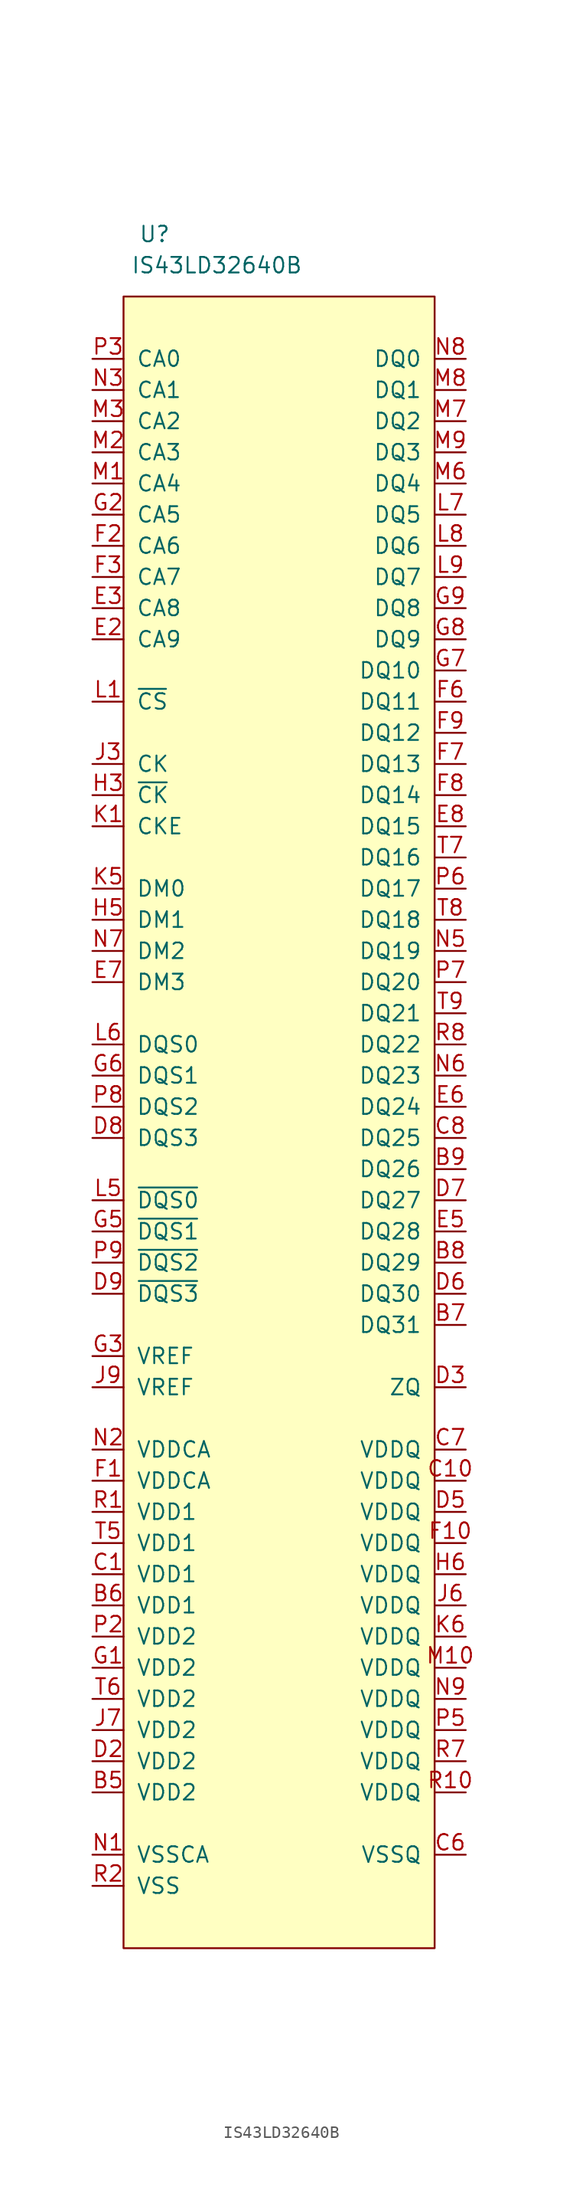
<source format=kicad_sym>
(kicad_symbol_lib
  (version 20231120)
  (generator "kicad_symbol_editor")
  (generator_version "8.0")
  (symbol "IS43LD32640B"
    (pin_names
      (offset 1.016))
    (property "Reference" "U"
      (at -10.16 25.4 0)
      (effects (font (size 1.27 1.27))))
    (property "Value" "IS43LD32640B"
      (at -5.08 22.86 0)
      (effects (font (size 1.27 1.27))))
    (symbol "IS43LD32640B_0_1"
      (rectangle (start -12.7 20.32) (end 12.7 -114.3) (stroke (width 0) (type default)) (fill (type background))))
    (symbol "IS43LD32640B_1_1"
      (pin power_in line (at -15.24 -101.6 0) (length 2.54) (name "VDD2" (effects (font (size 1.27 1.27)))) (number "B5" (effects (font (size 1.27 1.27)))))
      (pin power_in line (at -15.24 -86.36 0) (length 2.54) (name "VDD1" (effects (font (size 1.27 1.27)))) (number "B6" (effects (font (size 1.27 1.27)))))
      (pin bidirectional line (at 15.24 -63.5 180) (length 2.54) (name "DQ31" (effects (font (size 1.27 1.27)))) (number "B7" (effects (font (size 1.27 1.27)))))
      (pin bidirectional line (at 15.24 -58.42 180) (length 2.54) (name "DQ29" (effects (font (size 1.27 1.27)))) (number "B8" (effects (font (size 1.27 1.27)))))
      (pin bidirectional line (at 15.24 -50.8 180) (length 2.54) (name "DQ26" (effects (font (size 1.27 1.27)))) (number "B9" (effects (font (size 1.27 1.27)))))
      (pin power_in line (at -15.24 -83.82 0) (length 2.54) (name "VDD1" (effects (font (size 1.27 1.27)))) (number "C1" (effects (font (size 1.27 1.27)))))
      (pin power_in line (at 15.24 -76.2 180) (length 2.54) (name "VDDQ" (effects (font (size 1.27 1.27)))) (number "C10" (effects (font (size 1.27 1.27)))))
      (pin power_in line (at -15.24 -109.22 0) (length 2.54) hide (name "VSS" (effects (font (size 1.27 1.27)))) (number "C2" (effects (font (size 1.27 1.27)))))
      (pin power_in line (at -15.24 -109.22 0) (length 2.54) hide (name "VSS" (effects (font (size 1.27 1.27)))) (number "C5" (effects (font (size 1.27 1.27)))))
      (pin power_in line (at 15.24 -106.68 180) (length 2.54) (name "VSSQ" (effects (font (size 1.27 1.27)))) (number "C6" (effects (font (size 1.27 1.27)))))
      (pin power_in line (at 15.24 -73.66 180) (length 2.54) (name "VDDQ" (effects (font (size 1.27 1.27)))) (number "C7" (effects (font (size 1.27 1.27)))))
      (pin bidirectional line (at 15.24 -48.26 180) (length 2.54) (name "DQ25" (effects (font (size 1.27 1.27)))) (number "C8" (effects (font (size 1.27 1.27)))))
      (pin power_in line (at 15.24 -106.68 180) (length 2.54) hide (name "VSSQ" (effects (font (size 1.27 1.27)))) (number "C9" (effects (font (size 1.27 1.27)))))
      (pin power_in line (at -15.24 -109.22 0) (length 2.54) hide (name "VSS" (effects (font (size 1.27 1.27)))) (number "D1" (effects (font (size 1.27 1.27)))))
      (pin power_in line (at 15.24 -106.68 180) (length 2.54) hide (name "VSSQ" (effects (font (size 1.27 1.27)))) (number "D10" (effects (font (size 1.27 1.27)))))
      (pin power_in line (at -15.24 -99.06 0) (length 2.54) (name "VDD2" (effects (font (size 1.27 1.27)))) (number "D2" (effects (font (size 1.27 1.27)))))
      (pin power_in line (at 15.24 -68.58 180) (length 2.54) (name "ZQ" (effects (font (size 1.27 1.27)))) (number "D3" (effects (font (size 1.27 1.27)))))
      (pin power_in line (at 15.24 -78.74 180) (length 2.54) (name "VDDQ" (effects (font (size 1.27 1.27)))) (number "D5" (effects (font (size 1.27 1.27)))))
      (pin bidirectional line (at 15.24 -60.96 180) (length 2.54) (name "DQ30" (effects (font (size 1.27 1.27)))) (number "D6" (effects (font (size 1.27 1.27)))))
      (pin bidirectional line (at 15.24 -53.34 180) (length 2.54) (name "DQ27" (effects (font (size 1.27 1.27)))) (number "D7" (effects (font (size 1.27 1.27)))))
      (pin input line (at -15.24 -48.26 0) (length 2.54) (name "DQS3" (effects (font (size 1.27 1.27)))) (number "D8" (effects (font (size 1.27 1.27)))))
      (pin input line (at -15.24 -60.96 0) (length 2.54) (name "~{DQS3}" (effects (font (size 1.27 1.27)))) (number "D9" (effects (font (size 1.27 1.27)))))
      (pin power_in line (at -15.24 -106.68 0) (length 2.54) hide (name "VSSCA" (effects (font (size 1.27 1.27)))) (number "E1" (effects (font (size 1.27 1.27)))))
      (pin input line (at -15.24 -7.62 0) (length 2.54) (name "CA9" (effects (font (size 1.27 1.27)))) (number "E2" (effects (font (size 1.27 1.27)))))
      (pin input line (at -15.24 -5.08 0) (length 2.54) (name "CA8" (effects (font (size 1.27 1.27)))) (number "E3" (effects (font (size 1.27 1.27)))))
      (pin bidirectional line (at 15.24 -55.88 180) (length 2.54) (name "DQ28" (effects (font (size 1.27 1.27)))) (number "E5" (effects (font (size 1.27 1.27)))))
      (pin bidirectional line (at 15.24 -45.72 180) (length 2.54) (name "DQ24" (effects (font (size 1.27 1.27)))) (number "E6" (effects (font (size 1.27 1.27)))))
      (pin input line (at -15.24 -35.56 0) (length 2.54) (name "DM3" (effects (font (size 1.27 1.27)))) (number "E7" (effects (font (size 1.27 1.27)))))
      (pin bidirectional line (at 15.24 -22.86 180) (length 2.54) (name "DQ15" (effects (font (size 1.27 1.27)))) (number "E8" (effects (font (size 1.27 1.27)))))
      (pin power_in line (at -15.24 -76.2 0) (length 2.54) (name "VDDCA" (effects (font (size 1.27 1.27)))) (number "F1" (effects (font (size 1.27 1.27)))))
      (pin power_in line (at 15.24 -81.28 180) (length 2.54) (name "VDDQ" (effects (font (size 1.27 1.27)))) (number "F10" (effects (font (size 1.27 1.27)))))
      (pin input line (at -15.24 0 0) (length 2.54) (name "CA6" (effects (font (size 1.27 1.27)))) (number "F2" (effects (font (size 1.27 1.27)))))
      (pin input line (at -15.24 -2.54 0) (length 2.54) (name "CA7" (effects (font (size 1.27 1.27)))) (number "F3" (effects (font (size 1.27 1.27)))))
      (pin power_in line (at 15.24 -106.68 180) (length 2.54) hide (name "VSSQ" (effects (font (size 1.27 1.27)))) (number "F5" (effects (font (size 1.27 1.27)))))
      (pin bidirectional line (at 15.24 -12.7 180) (length 2.54) (name "DQ11" (effects (font (size 1.27 1.27)))) (number "F6" (effects (font (size 1.27 1.27)))))
      (pin bidirectional line (at 15.24 -17.78 180) (length 2.54) (name "DQ13" (effects (font (size 1.27 1.27)))) (number "F7" (effects (font (size 1.27 1.27)))))
      (pin bidirectional line (at 15.24 -20.32 180) (length 2.54) (name "DQ14" (effects (font (size 1.27 1.27)))) (number "F8" (effects (font (size 1.27 1.27)))))
      (pin bidirectional line (at 15.24 -15.24 180) (length 2.54) (name "DQ12" (effects (font (size 1.27 1.27)))) (number "F9" (effects (font (size 1.27 1.27)))))
      (pin power_in line (at -15.24 -91.44 0) (length 2.54) (name "VDD2" (effects (font (size 1.27 1.27)))) (number "G1" (effects (font (size 1.27 1.27)))))
      (pin power_in line (at 15.24 -106.68 180) (length 2.54) hide (name "VSSQ" (effects (font (size 1.27 1.27)))) (number "G10" (effects (font (size 1.27 1.27)))))
      (pin input line (at -15.24 2.54 0) (length 2.54) (name "CA5" (effects (font (size 1.27 1.27)))) (number "G2" (effects (font (size 1.27 1.27)))))
      (pin power_in line (at -15.24 -66.04 0) (length 2.54) (name "VREF" (effects (font (size 1.27 1.27)))) (number "G3" (effects (font (size 1.27 1.27)))))
      (pin input line (at -15.24 -55.88 0) (length 2.54) (name "~{DQS1}" (effects (font (size 1.27 1.27)))) (number "G5" (effects (font (size 1.27 1.27)))))
      (pin input line (at -15.24 -43.18 0) (length 2.54) (name "DQS1" (effects (font (size 1.27 1.27)))) (number "G6" (effects (font (size 1.27 1.27)))))
      (pin bidirectional line (at 15.24 -10.16 180) (length 2.54) (name "DQ10" (effects (font (size 1.27 1.27)))) (number "G7" (effects (font (size 1.27 1.27)))))
      (pin bidirectional line (at 15.24 -7.62 180) (length 2.54) (name "DQ9" (effects (font (size 1.27 1.27)))) (number "G8" (effects (font (size 1.27 1.27)))))
      (pin bidirectional line (at 15.24 -5.08 180) (length 2.54) (name "DQ8" (effects (font (size 1.27 1.27)))) (number "G9" (effects (font (size 1.27 1.27)))))
      (pin power_in line (at -15.24 -109.22 0) (length 2.54) hide (name "VSS" (effects (font (size 1.27 1.27)))) (number "H2" (effects (font (size 1.27 1.27)))))
      (pin input line (at -15.24 -20.32 0) (length 2.54) (name "~{CK}" (effects (font (size 1.27 1.27)))) (number "H3" (effects (font (size 1.27 1.27)))))
      (pin input line (at -15.24 -30.48 0) (length 2.54) (name "DM1" (effects (font (size 1.27 1.27)))) (number "H5" (effects (font (size 1.27 1.27)))))
      (pin power_in line (at 15.24 -83.82 180) (length 2.54) (name "VDDQ" (effects (font (size 1.27 1.27)))) (number "H6" (effects (font (size 1.27 1.27)))))
      (pin power_in line (at -15.24 -106.68 0) (length 2.54) hide (name "VSSCA" (effects (font (size 1.27 1.27)))) (number "J1" (effects (font (size 1.27 1.27)))))
      (pin input line (at -15.24 -17.78 0) (length 2.54) (name "CK" (effects (font (size 1.27 1.27)))) (number "J3" (effects (font (size 1.27 1.27)))))
      (pin power_in line (at 15.24 -106.68 180) (length 2.54) hide (name "VSSQ" (effects (font (size 1.27 1.27)))) (number "J5" (effects (font (size 1.27 1.27)))))
      (pin power_in line (at 15.24 -86.36 180) (length 2.54) (name "VDDQ" (effects (font (size 1.27 1.27)))) (number "J6" (effects (font (size 1.27 1.27)))))
      (pin power_in line (at -15.24 -96.52 0) (length 2.54) (name "VDD2" (effects (font (size 1.27 1.27)))) (number "J7" (effects (font (size 1.27 1.27)))))
      (pin power_in line (at -15.24 -109.22 0) (length 2.54) hide (name "VSS" (effects (font (size 1.27 1.27)))) (number "J8" (effects (font (size 1.27 1.27)))))
      (pin power_in line (at -15.24 -68.58 0) (length 2.54) (name "VREF" (effects (font (size 1.27 1.27)))) (number "J9" (effects (font (size 1.27 1.27)))))
      (pin input line (at -15.24 -22.86 0) (length 2.54) (name "CKE" (effects (font (size 1.27 1.27)))) (number "K1" (effects (font (size 1.27 1.27)))))
      (pin input line (at -15.24 -27.94 0) (length 2.54) (name "DM0" (effects (font (size 1.27 1.27)))) (number "K5" (effects (font (size 1.27 1.27)))))
      (pin power_in line (at 15.24 -88.9 180) (length 2.54) (name "VDDQ" (effects (font (size 1.27 1.27)))) (number "K6" (effects (font (size 1.27 1.27)))))
      (pin input line (at -15.24 -12.7 0) (length 2.54) (name "~{CS}" (effects (font (size 1.27 1.27)))) (number "L1" (effects (font (size 1.27 1.27)))))
      (pin power_in line (at 15.24 -106.68 180) (length 2.54) hide (name "VSSQ" (effects (font (size 1.27 1.27)))) (number "L10" (effects (font (size 1.27 1.27)))))
      (pin input line (at -15.24 -53.34 0) (length 2.54) (name "~{DQS0}" (effects (font (size 1.27 1.27)))) (number "L5" (effects (font (size 1.27 1.27)))))
      (pin input line (at -15.24 -40.64 0) (length 2.54) (name "DQS0" (effects (font (size 1.27 1.27)))) (number "L6" (effects (font (size 1.27 1.27)))))
      (pin bidirectional line (at 15.24 2.54 180) (length 2.54) (name "DQ5" (effects (font (size 1.27 1.27)))) (number "L7" (effects (font (size 1.27 1.27)))))
      (pin bidirectional line (at 15.24 0 180) (length 2.54) (name "DQ6" (effects (font (size 1.27 1.27)))) (number "L8" (effects (font (size 1.27 1.27)))))
      (pin bidirectional line (at 15.24 -2.54 180) (length 2.54) (name "DQ7" (effects (font (size 1.27 1.27)))) (number "L9" (effects (font (size 1.27 1.27)))))
      (pin input line (at -15.24 5.08 0) (length 2.54) (name "CA4" (effects (font (size 1.27 1.27)))) (number "M1" (effects (font (size 1.27 1.27)))))
      (pin power_in line (at 15.24 -91.44 180) (length 2.54) (name "VDDQ" (effects (font (size 1.27 1.27)))) (number "M10" (effects (font (size 1.27 1.27)))))
      (pin input line (at -15.24 7.62 0) (length 2.54) (name "CA3" (effects (font (size 1.27 1.27)))) (number "M2" (effects (font (size 1.27 1.27)))))
      (pin input line (at -15.24 10.16 0) (length 2.54) (name "CA2" (effects (font (size 1.27 1.27)))) (number "M3" (effects (font (size 1.27 1.27)))))
      (pin power_in line (at 15.24 -106.68 180) (length 2.54) hide (name "VSSQ" (effects (font (size 1.27 1.27)))) (number "M5" (effects (font (size 1.27 1.27)))))
      (pin bidirectional line (at 15.24 5.08 180) (length 2.54) (name "DQ4" (effects (font (size 1.27 1.27)))) (number "M6" (effects (font (size 1.27 1.27)))))
      (pin bidirectional line (at 15.24 10.16 180) (length 2.54) (name "DQ2" (effects (font (size 1.27 1.27)))) (number "M7" (effects (font (size 1.27 1.27)))))
      (pin bidirectional line (at 15.24 12.7 180) (length 2.54) (name "DQ1" (effects (font (size 1.27 1.27)))) (number "M8" (effects (font (size 1.27 1.27)))))
      (pin bidirectional line (at 15.24 7.62 180) (length 2.54) (name "DQ3" (effects (font (size 1.27 1.27)))) (number "M9" (effects (font (size 1.27 1.27)))))
      (pin power_in line (at -15.24 -106.68 0) (length 2.54) (name "VSSCA" (effects (font (size 1.27 1.27)))) (number "N1" (effects (font (size 1.27 1.27)))))
      (pin power_in line (at 15.24 -106.68 180) (length 2.54) hide (name "VSSQ" (effects (font (size 1.27 1.27)))) (number "N10" (effects (font (size 1.27 1.27)))))
      (pin power_in line (at -15.24 -73.66 0) (length 2.54) (name "VDDCA" (effects (font (size 1.27 1.27)))) (number "N2" (effects (font (size 1.27 1.27)))))
      (pin input line (at -15.24 12.7 0) (length 2.54) (name "CA1" (effects (font (size 1.27 1.27)))) (number "N3" (effects (font (size 1.27 1.27)))))
      (pin bidirectional line (at 15.24 -33.02 180) (length 2.54) (name "DQ19" (effects (font (size 1.27 1.27)))) (number "N5" (effects (font (size 1.27 1.27)))))
      (pin bidirectional line (at 15.24 -43.18 180) (length 2.54) (name "DQ23" (effects (font (size 1.27 1.27)))) (number "N6" (effects (font (size 1.27 1.27)))))
      (pin input line (at -15.24 -33.02 0) (length 2.54) (name "DM2" (effects (font (size 1.27 1.27)))) (number "N7" (effects (font (size 1.27 1.27)))))
      (pin bidirectional line (at 15.24 15.24 180) (length 2.54) (name "DQ0" (effects (font (size 1.27 1.27)))) (number "N8" (effects (font (size 1.27 1.27)))))
      (pin power_in line (at 15.24 -93.98 180) (length 2.54) (name "VDDQ" (effects (font (size 1.27 1.27)))) (number "N9" (effects (font (size 1.27 1.27)))))
      (pin power_in line (at -15.24 -109.22 0) (length 2.54) hide (name "VSS" (effects (font (size 1.27 1.27)))) (number "P1" (effects (font (size 1.27 1.27)))))
      (pin power_in line (at 15.24 -106.68 180) (length 2.54) hide (name "VSSQ" (effects (font (size 1.27 1.27)))) (number "P10" (effects (font (size 1.27 1.27)))))
      (pin power_in line (at -15.24 -88.9 0) (length 2.54) (name "VDD2" (effects (font (size 1.27 1.27)))) (number "P2" (effects (font (size 1.27 1.27)))))
      (pin input line (at -15.24 15.24 0) (length 2.54) (name "CA0" (effects (font (size 1.27 1.27)))) (number "P3" (effects (font (size 1.27 1.27)))))
      (pin power_in line (at 15.24 -96.52 180) (length 2.54) (name "VDDQ" (effects (font (size 1.27 1.27)))) (number "P5" (effects (font (size 1.27 1.27)))))
      (pin bidirectional line (at 15.24 -27.94 180) (length 2.54) (name "DQ17" (effects (font (size 1.27 1.27)))) (number "P6" (effects (font (size 1.27 1.27)))))
      (pin bidirectional line (at 15.24 -35.56 180) (length 2.54) (name "DQ20" (effects (font (size 1.27 1.27)))) (number "P7" (effects (font (size 1.27 1.27)))))
      (pin input line (at -15.24 -45.72 0) (length 2.54) (name "DQS2" (effects (font (size 1.27 1.27)))) (number "P8" (effects (font (size 1.27 1.27)))))
      (pin input line (at -15.24 -58.42 0) (length 2.54) (name "~{DQS2}" (effects (font (size 1.27 1.27)))) (number "P9" (effects (font (size 1.27 1.27)))))
      (pin power_in line (at -15.24 -78.74 0) (length 2.54) (name "VDD1" (effects (font (size 1.27 1.27)))) (number "R1" (effects (font (size 1.27 1.27)))))
      (pin power_in line (at 15.24 -101.6 180) (length 2.54) (name "VDDQ" (effects (font (size 1.27 1.27)))) (number "R10" (effects (font (size 1.27 1.27)))))
      (pin power_in line (at -15.24 -109.22 0) (length 2.54) (name "VSS" (effects (font (size 1.27 1.27)))) (number "R2" (effects (font (size 1.27 1.27)))))
      (pin power_in line (at -15.24 -109.22 0) (length 2.54) hide (name "VSS" (effects (font (size 1.27 1.27)))) (number "R5" (effects (font (size 1.27 1.27)))))
      (pin power_in line (at 15.24 -106.68 180) (length 2.54) hide (name "VSSQ" (effects (font (size 1.27 1.27)))) (number "R6" (effects (font (size 1.27 1.27)))))
      (pin power_in line (at 15.24 -99.06 180) (length 2.54) (name "VDDQ" (effects (font (size 1.27 1.27)))) (number "R7" (effects (font (size 1.27 1.27)))))
      (pin bidirectional line (at 15.24 -40.64 180) (length 2.54) (name "DQ22" (effects (font (size 1.27 1.27)))) (number "R8" (effects (font (size 1.27 1.27)))))
      (pin power_in line (at 15.24 -106.68 180) (length 2.54) hide (name "VSSQ" (effects (font (size 1.27 1.27)))) (number "R9" (effects (font (size 1.27 1.27)))))
      (pin power_in line (at -15.24 -81.28 0) (length 2.54) (name "VDD1" (effects (font (size 1.27 1.27)))) (number "T5" (effects (font (size 1.27 1.27)))))
      (pin power_in line (at -15.24 -93.98 0) (length 2.54) (name "VDD2" (effects (font (size 1.27 1.27)))) (number "T6" (effects (font (size 1.27 1.27)))))
      (pin bidirectional line (at 15.24 -25.4 180) (length 2.54) (name "DQ16" (effects (font (size 1.27 1.27)))) (number "T7" (effects (font (size 1.27 1.27)))))
      (pin bidirectional line (at 15.24 -30.48 180) (length 2.54) (name "DQ18" (effects (font (size 1.27 1.27)))) (number "T8" (effects (font (size 1.27 1.27)))))
      (pin bidirectional line (at 15.24 -38.1 180) (length 2.54) (name "DQ21" (effects (font (size 1.27 1.27)))) (number "T9" (effects (font (size 1.27 1.27))))))))
</source>
